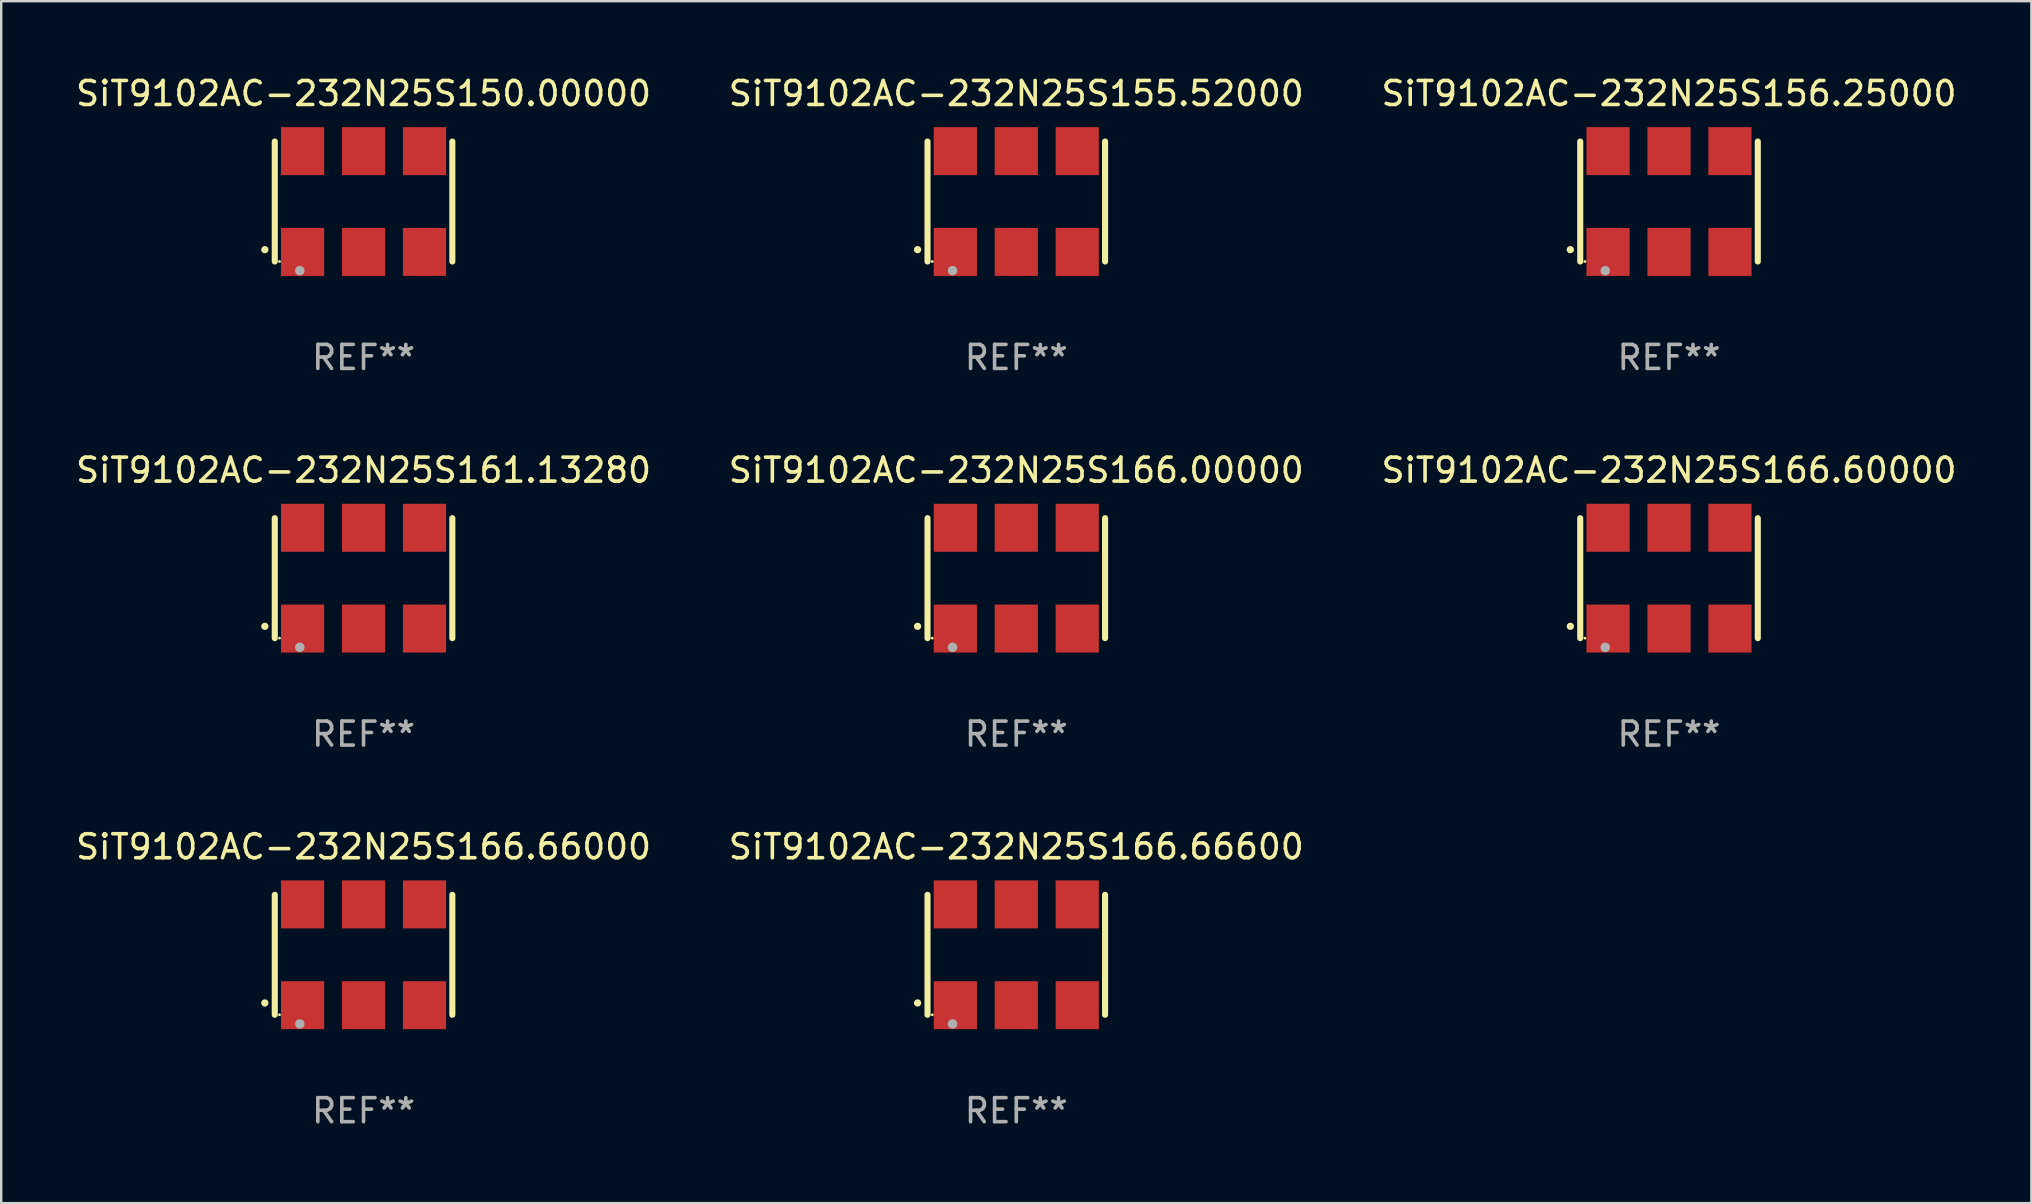
<source format=kicad_pcb>
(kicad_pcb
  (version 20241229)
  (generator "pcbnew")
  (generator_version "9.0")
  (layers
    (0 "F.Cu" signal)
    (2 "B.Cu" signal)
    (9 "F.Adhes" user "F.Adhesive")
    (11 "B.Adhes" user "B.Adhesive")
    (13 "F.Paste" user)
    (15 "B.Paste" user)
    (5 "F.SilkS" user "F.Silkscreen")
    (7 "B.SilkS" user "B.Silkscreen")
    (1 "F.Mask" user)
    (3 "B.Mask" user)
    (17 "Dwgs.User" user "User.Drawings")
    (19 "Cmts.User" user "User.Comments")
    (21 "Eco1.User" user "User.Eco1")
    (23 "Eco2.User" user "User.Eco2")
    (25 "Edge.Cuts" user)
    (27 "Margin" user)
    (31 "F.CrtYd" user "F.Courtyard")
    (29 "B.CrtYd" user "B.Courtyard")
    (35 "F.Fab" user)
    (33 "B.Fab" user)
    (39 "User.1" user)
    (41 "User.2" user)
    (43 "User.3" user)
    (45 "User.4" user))
  (footprint "SiT9102AC-232N25S166.00000"
    (layer "F.Cu")
    (at 39.304 21.045)
    (property "Reference" "SiT9102AC-232N25S166.00000" (at 0 -4.5 0) (layer "F.SilkS") (effects (font (size 1 1) (thickness 0.15))))
    (attr through_hole)
    (fp_line (start -3.7 -2.5) (end -3.7 2.5) (stroke (width 0.254) (type solid)) (layer "F.SilkS"))
    (fp_line (start 3.7 -2.5) (end 3.7 2.5) (stroke (width 0.254) (type solid)) (layer "F.SilkS"))
    (fp_arc (start -4.114415 2.006604) (mid -4.113145 2.006599) (end -4.111875 2.006604) (stroke (width 0.3) (type solid)) (layer "F.SilkS"))
    (fp_circle (center -3.502 2.5) (end -3.472 2.5) (stroke (width 0.06) (type solid)) (fill no) (layer "F.SilkS"))
    (fp_circle (center -2.657 2.882) (end -2.557 2.882) (stroke (width 0.2) (type solid)) (fill no) (layer "F.Fab"))
    (fp_text user "REF**" (at 0 6.5 0) (layer "F.Fab") (effects (font (size 1 1) (thickness 0.15))))
    (pad "1" smd rect (at -2.54 2.1) (size 1.8 2) (layers "F.Cu" "F.Mask" "F.Paste"))
    (pad "2" smd rect (at 0.000394 2.1) (size 1.8 2) (layers "F.Cu" "F.Mask" "F.Paste"))
    (pad "3" smd rect (at 2.54 2.1) (size 1.8 2) (layers "F.Cu" "F.Mask" "F.Paste"))
    (pad "4" smd rect (at 2.54 -2.1) (size 1.8 2) (layers "F.Cu" "F.Mask" "F.Paste"))
    (pad "5" smd rect (at 0.000394 -2.1) (size 1.8 2) (layers "F.Cu" "F.Mask" "F.Paste"))
    (pad "6" smd rect (at -2.54 -2.1) (size 1.8 2) (layers "F.Cu" "F.Mask" "F.Paste")))
  (footprint "SiT9102AC-232N25S150.00000"
    (layer "F.Cu")
    (at 12.101 5.348)
    (property "Reference" "SiT9102AC-232N25S150.00000" (at 0 -4.5 0) (layer "F.SilkS") (effects (font (size 1 1) (thickness 0.15))))
    (attr through_hole)
    (fp_line (start -3.7 -2.5) (end -3.7 2.5) (stroke (width 0.254) (type solid)) (layer "F.SilkS"))
    (fp_line (start 3.7 -2.5) (end 3.7 2.5) (stroke (width 0.254) (type solid)) (layer "F.SilkS"))
    (fp_arc (start -4.114415 2.006604) (mid -4.113145 2.006599) (end -4.111875 2.006604) (stroke (width 0.3) (type solid)) (layer "F.SilkS"))
    (fp_circle (center -3.502 2.5) (end -3.472 2.5) (stroke (width 0.06) (type solid)) (fill no) (layer "F.SilkS"))
    (fp_circle (center -2.657 2.882) (end -2.557 2.882) (stroke (width 0.2) (type solid)) (fill no) (layer "F.Fab"))
    (fp_text user "REF**" (at 0 6.5 0) (layer "F.Fab") (effects (font (size 1 1) (thickness 0.15))))
    (pad "1" smd rect (at -2.54 2.1) (size 1.8 2) (layers "F.Cu" "F.Mask" "F.Paste"))
    (pad "2" smd rect (at 0.000394 2.1) (size 1.8 2) (layers "F.Cu" "F.Mask" "F.Paste"))
    (pad "3" smd rect (at 2.54 2.1) (size 1.8 2) (layers "F.Cu" "F.Mask" "F.Paste"))
    (pad "4" smd rect (at 2.54 -2.1) (size 1.8 2) (layers "F.Cu" "F.Mask" "F.Paste"))
    (pad "5" smd rect (at 0.000394 -2.1) (size 1.8 2) (layers "F.Cu" "F.Mask" "F.Paste"))
    (pad "6" smd rect (at -2.54 -2.1) (size 1.8 2) (layers "F.Cu" "F.Mask" "F.Paste")))
  (footprint "SiT9102AC-232N25S155.52000"
    (layer "F.Cu")
    (at 39.304 5.348)
    (property "Reference" "SiT9102AC-232N25S155.52000" (at 0 -4.5 0) (layer "F.SilkS") (effects (font (size 1 1) (thickness 0.15))))
    (attr through_hole)
    (fp_line (start -3.7 -2.5) (end -3.7 2.5) (stroke (width 0.254) (type solid)) (layer "F.SilkS"))
    (fp_line (start 3.7 -2.5) (end 3.7 2.5) (stroke (width 0.254) (type solid)) (layer "F.SilkS"))
    (fp_arc (start -4.114415 2.006604) (mid -4.113145 2.006599) (end -4.111875 2.006604) (stroke (width 0.3) (type solid)) (layer "F.SilkS"))
    (fp_circle (center -3.502 2.5) (end -3.472 2.5) (stroke (width 0.06) (type solid)) (fill no) (layer "F.SilkS"))
    (fp_circle (center -2.657 2.882) (end -2.557 2.882) (stroke (width 0.2) (type solid)) (fill no) (layer "F.Fab"))
    (fp_text user "REF**" (at 0 6.5 0) (layer "F.Fab") (effects (font (size 1 1) (thickness 0.15))))
    (pad "1" smd rect (at -2.54 2.1) (size 1.8 2) (layers "F.Cu" "F.Mask" "F.Paste"))
    (pad "2" smd rect (at 0.000394 2.1) (size 1.8 2) (layers "F.Cu" "F.Mask" "F.Paste"))
    (pad "3" smd rect (at 2.54 2.1) (size 1.8 2) (layers "F.Cu" "F.Mask" "F.Paste"))
    (pad "4" smd rect (at 2.54 -2.1) (size 1.8 2) (layers "F.Cu" "F.Mask" "F.Paste"))
    (pad "5" smd rect (at 0.000394 -2.1) (size 1.8 2) (layers "F.Cu" "F.Mask" "F.Paste"))
    (pad "6" smd rect (at -2.54 -2.1) (size 1.8 2) (layers "F.Cu" "F.Mask" "F.Paste")))
  (footprint "SiT9102AC-232N25S166.66000"
    (layer "F.Cu")
    (at 12.101 36.741)
    (property "Reference" "SiT9102AC-232N25S166.66000" (at 0 -4.5 0) (layer "F.SilkS") (effects (font (size 1 1) (thickness 0.15))))
    (attr through_hole)
    (fp_line (start -3.7 -2.5) (end -3.7 2.5) (stroke (width 0.254) (type solid)) (layer "F.SilkS"))
    (fp_line (start 3.7 -2.5) (end 3.7 2.5) (stroke (width 0.254) (type solid)) (layer "F.SilkS"))
    (fp_arc (start -4.114415 2.006604) (mid -4.113145 2.006599) (end -4.111875 2.006604) (stroke (width 0.3) (type solid)) (layer "F.SilkS"))
    (fp_circle (center -3.502 2.5) (end -3.472 2.5) (stroke (width 0.06) (type solid)) (fill no) (layer "F.SilkS"))
    (fp_circle (center -2.657 2.882) (end -2.557 2.882) (stroke (width 0.2) (type solid)) (fill no) (layer "F.Fab"))
    (fp_text user "REF**" (at 0 6.5 0) (layer "F.Fab") (effects (font (size 1 1) (thickness 0.15))))
    (pad "1" smd rect (at -2.54 2.1) (size 1.8 2) (layers "F.Cu" "F.Mask" "F.Paste"))
    (pad "2" smd rect (at 0.000394 2.1) (size 1.8 2) (layers "F.Cu" "F.Mask" "F.Paste"))
    (pad "3" smd rect (at 2.54 2.1) (size 1.8 2) (layers "F.Cu" "F.Mask" "F.Paste"))
    (pad "4" smd rect (at 2.54 -2.1) (size 1.8 2) (layers "F.Cu" "F.Mask" "F.Paste"))
    (pad "5" smd rect (at 0.000394 -2.1) (size 1.8 2) (layers "F.Cu" "F.Mask" "F.Paste"))
    (pad "6" smd rect (at -2.54 -2.1) (size 1.8 2) (layers "F.Cu" "F.Mask" "F.Paste")))
  (footprint "SiT9102AC-232N25S166.60000"
    (layer "F.Cu")
    (at 66.506 21.045)
    (property "Reference" "SiT9102AC-232N25S166.60000" (at 0 -4.5 0) (layer "F.SilkS") (effects (font (size 1 1) (thickness 0.15))))
    (attr through_hole)
    (fp_line (start -3.7 -2.5) (end -3.7 2.5) (stroke (width 0.254) (type solid)) (layer "F.SilkS"))
    (fp_line (start 3.7 -2.5) (end 3.7 2.5) (stroke (width 0.254) (type solid)) (layer "F.SilkS"))
    (fp_arc (start -4.114415 2.006604) (mid -4.113145 2.006599) (end -4.111875 2.006604) (stroke (width 0.3) (type solid)) (layer "F.SilkS"))
    (fp_circle (center -3.502 2.5) (end -3.472 2.5) (stroke (width 0.06) (type solid)) (fill no) (layer "F.SilkS"))
    (fp_circle (center -2.657 2.882) (end -2.557 2.882) (stroke (width 0.2) (type solid)) (fill no) (layer "F.Fab"))
    (fp_text user "REF**" (at 0 6.5 0) (layer "F.Fab") (effects (font (size 1 1) (thickness 0.15))))
    (pad "1" smd rect (at -2.54 2.1) (size 1.8 2) (layers "F.Cu" "F.Mask" "F.Paste"))
    (pad "2" smd rect (at 0.000394 2.1) (size 1.8 2) (layers "F.Cu" "F.Mask" "F.Paste"))
    (pad "3" smd rect (at 2.54 2.1) (size 1.8 2) (layers "F.Cu" "F.Mask" "F.Paste"))
    (pad "4" smd rect (at 2.54 -2.1) (size 1.8 2) (layers "F.Cu" "F.Mask" "F.Paste"))
    (pad "5" smd rect (at 0.000394 -2.1) (size 1.8 2) (layers "F.Cu" "F.Mask" "F.Paste"))
    (pad "6" smd rect (at -2.54 -2.1) (size 1.8 2) (layers "F.Cu" "F.Mask" "F.Paste")))
  (footprint "SiT9102AC-232N25S161.13280"
    (layer "F.Cu")
    (at 12.101 21.045)
    (property "Reference" "SiT9102AC-232N25S161.13280" (at 0 -4.5 0) (layer "F.SilkS") (effects (font (size 1 1) (thickness 0.15))))
    (attr through_hole)
    (fp_line (start -3.7 -2.5) (end -3.7 2.5) (stroke (width 0.254) (type solid)) (layer "F.SilkS"))
    (fp_line (start 3.7 -2.5) (end 3.7 2.5) (stroke (width 0.254) (type solid)) (layer "F.SilkS"))
    (fp_arc (start -4.114415 2.006604) (mid -4.113145 2.006599) (end -4.111875 2.006604) (stroke (width 0.3) (type solid)) (layer "F.SilkS"))
    (fp_circle (center -3.502 2.5) (end -3.472 2.5) (stroke (width 0.06) (type solid)) (fill no) (layer "F.SilkS"))
    (fp_circle (center -2.657 2.882) (end -2.557 2.882) (stroke (width 0.2) (type solid)) (fill no) (layer "F.Fab"))
    (fp_text user "REF**" (at 0 6.5 0) (layer "F.Fab") (effects (font (size 1 1) (thickness 0.15))))
    (pad "1" smd rect (at -2.54 2.1) (size 1.8 2) (layers "F.Cu" "F.Mask" "F.Paste"))
    (pad "2" smd rect (at 0.000394 2.1) (size 1.8 2) (layers "F.Cu" "F.Mask" "F.Paste"))
    (pad "3" smd rect (at 2.54 2.1) (size 1.8 2) (layers "F.Cu" "F.Mask" "F.Paste"))
    (pad "4" smd rect (at 2.54 -2.1) (size 1.8 2) (layers "F.Cu" "F.Mask" "F.Paste"))
    (pad "5" smd rect (at 0.000394 -2.1) (size 1.8 2) (layers "F.Cu" "F.Mask" "F.Paste"))
    (pad "6" smd rect (at -2.54 -2.1) (size 1.8 2) (layers "F.Cu" "F.Mask" "F.Paste")))
  (footprint "SiT9102AC-232N25S166.66600"
    (layer "F.Cu")
    (at 39.304 36.741)
    (property "Reference" "SiT9102AC-232N25S166.66600" (at 0 -4.5 0) (layer "F.SilkS") (effects (font (size 1 1) (thickness 0.15))))
    (attr through_hole)
    (fp_line (start -3.7 -2.5) (end -3.7 2.5) (stroke (width 0.254) (type solid)) (layer "F.SilkS"))
    (fp_line (start 3.7 -2.5) (end 3.7 2.5) (stroke (width 0.254) (type solid)) (layer "F.SilkS"))
    (fp_arc (start -4.114415 2.006604) (mid -4.113145 2.006599) (end -4.111875 2.006604) (stroke (width 0.3) (type solid)) (layer "F.SilkS"))
    (fp_circle (center -3.502 2.5) (end -3.472 2.5) (stroke (width 0.06) (type solid)) (fill no) (layer "F.SilkS"))
    (fp_circle (center -2.657 2.882) (end -2.557 2.882) (stroke (width 0.2) (type solid)) (fill no) (layer "F.Fab"))
    (fp_text user "REF**" (at 0 6.5 0) (layer "F.Fab") (effects (font (size 1 1) (thickness 0.15))))
    (pad "1" smd rect (at -2.54 2.1) (size 1.8 2) (layers "F.Cu" "F.Mask" "F.Paste"))
    (pad "2" smd rect (at 0.000394 2.1) (size 1.8 2) (layers "F.Cu" "F.Mask" "F.Paste"))
    (pad "3" smd rect (at 2.54 2.1) (size 1.8 2) (layers "F.Cu" "F.Mask" "F.Paste"))
    (pad "4" smd rect (at 2.54 -2.1) (size 1.8 2) (layers "F.Cu" "F.Mask" "F.Paste"))
    (pad "5" smd rect (at 0.000394 -2.1) (size 1.8 2) (layers "F.Cu" "F.Mask" "F.Paste"))
    (pad "6" smd rect (at -2.54 -2.1) (size 1.8 2) (layers "F.Cu" "F.Mask" "F.Paste")))
  (footprint "SiT9102AC-232N25S156.25000"
    (layer "F.Cu")
    (at 66.506 5.348)
    (property "Reference" "SiT9102AC-232N25S156.25000" (at 0 -4.5 0) (layer "F.SilkS") (effects (font (size 1 1) (thickness 0.15))))
    (attr through_hole)
    (fp_line (start -3.7 -2.5) (end -3.7 2.5) (stroke (width 0.254) (type solid)) (layer "F.SilkS"))
    (fp_line (start 3.7 -2.5) (end 3.7 2.5) (stroke (width 0.254) (type solid)) (layer "F.SilkS"))
    (fp_arc (start -4.114415 2.006604) (mid -4.113145 2.006599) (end -4.111875 2.006604) (stroke (width 0.3) (type solid)) (layer "F.SilkS"))
    (fp_circle (center -3.502 2.5) (end -3.472 2.5) (stroke (width 0.06) (type solid)) (fill no) (layer "F.SilkS"))
    (fp_circle (center -2.657 2.882) (end -2.557 2.882) (stroke (width 0.2) (type solid)) (fill no) (layer "F.Fab"))
    (fp_text user "REF**" (at 0 6.5 0) (layer "F.Fab") (effects (font (size 1 1) (thickness 0.15))))
    (pad "1" smd rect (at -2.54 2.1) (size 1.8 2) (layers "F.Cu" "F.Mask" "F.Paste"))
    (pad "2" smd rect (at 0.000394 2.1) (size 1.8 2) (layers "F.Cu" "F.Mask" "F.Paste"))
    (pad "3" smd rect (at 2.54 2.1) (size 1.8 2) (layers "F.Cu" "F.Mask" "F.Paste"))
    (pad "4" smd rect (at 2.54 -2.1) (size 1.8 2) (layers "F.Cu" "F.Mask" "F.Paste"))
    (pad "5" smd rect (at 0.000394 -2.1) (size 1.8 2) (layers "F.Cu" "F.Mask" "F.Paste"))
    (pad "6" smd rect (at -2.54 -2.1) (size 1.8 2) (layers "F.Cu" "F.Mask" "F.Paste")))
  (gr_rect
    (start -3 -3)
    (end 81.607 47.09)
    (stroke (width 0.1) (type default))
    (fill no)
    (layer "Edge.Cuts")))
</source>
